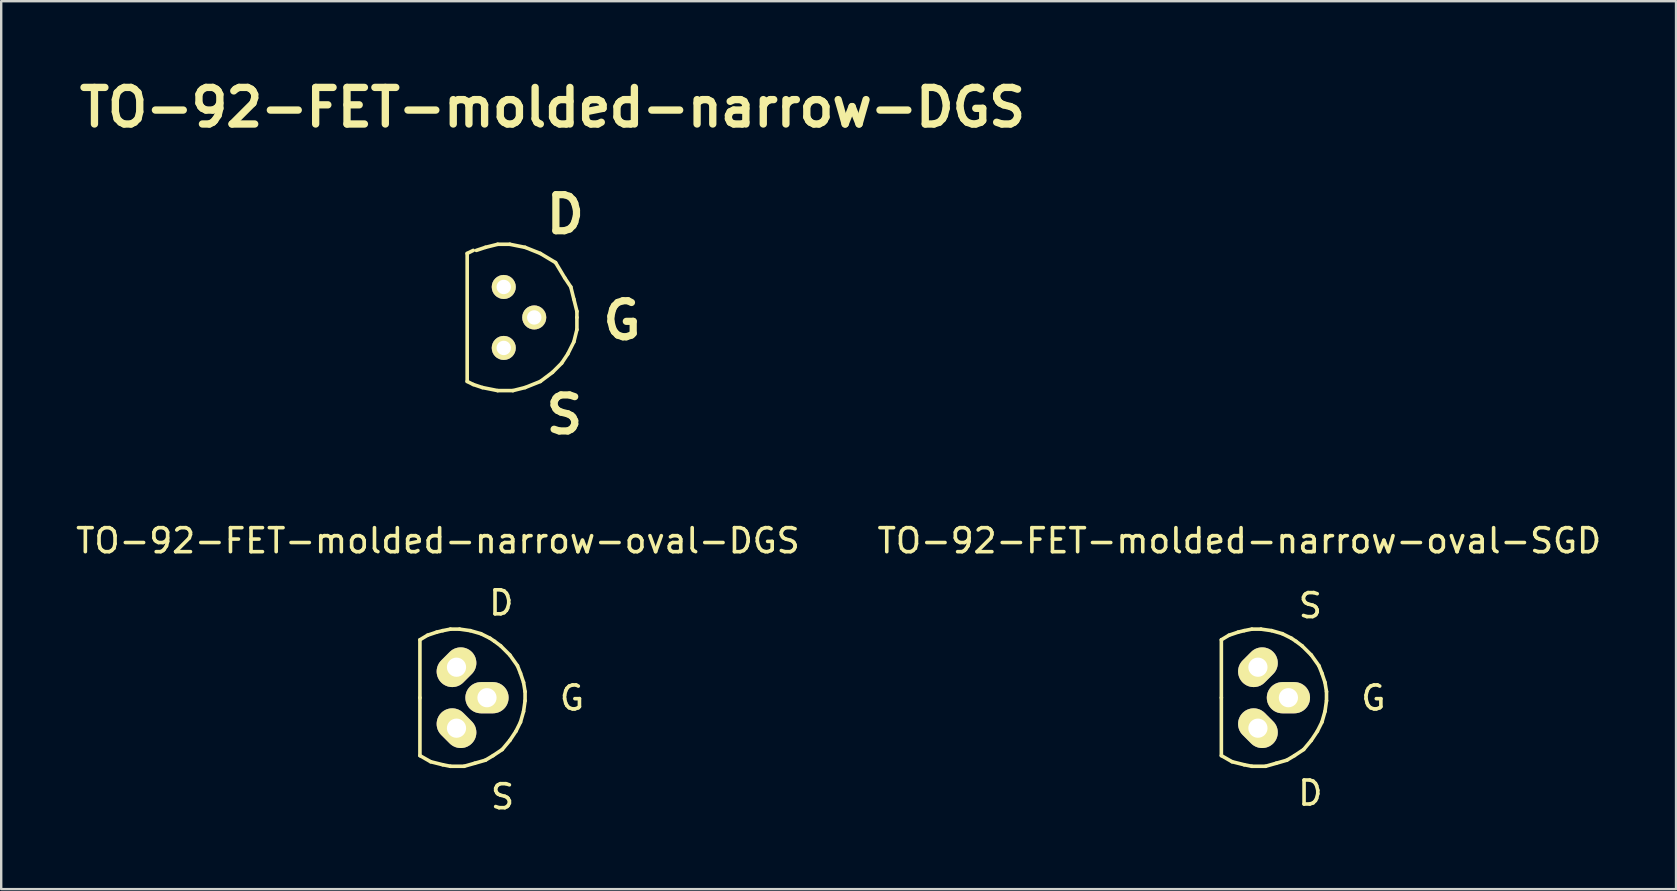
<source format=kicad_pcb>
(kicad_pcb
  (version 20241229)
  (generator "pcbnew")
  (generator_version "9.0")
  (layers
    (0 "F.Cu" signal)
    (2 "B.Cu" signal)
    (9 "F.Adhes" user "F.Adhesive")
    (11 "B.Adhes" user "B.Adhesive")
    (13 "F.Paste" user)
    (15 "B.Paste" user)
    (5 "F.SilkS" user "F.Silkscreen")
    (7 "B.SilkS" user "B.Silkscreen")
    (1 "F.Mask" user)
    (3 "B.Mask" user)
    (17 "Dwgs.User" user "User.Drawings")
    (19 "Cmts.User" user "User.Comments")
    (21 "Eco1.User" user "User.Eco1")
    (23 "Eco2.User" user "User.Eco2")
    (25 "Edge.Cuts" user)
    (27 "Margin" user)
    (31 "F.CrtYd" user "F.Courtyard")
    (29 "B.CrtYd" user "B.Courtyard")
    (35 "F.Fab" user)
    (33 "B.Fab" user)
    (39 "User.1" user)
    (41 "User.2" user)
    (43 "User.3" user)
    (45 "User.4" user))
  (footprint "TO-92-FET-molded-narrow-oval-DGS"
    (layer "F.Cu")
    (at 15.971 26.021)
    (property "Reference" "TO-92-FET-molded-narrow-oval-DGS" (at -0.775 -6.54 0) (layer "F.SilkS") (effects (font (size 1 1) (thickness 0.15))))
    (attr through_hole)
    (fp_line (start -1.524 -2.413) (end -1.206 -2.603) (stroke (width 0.15) (type solid)) (layer "F.SilkS"))
    (fp_line (start -1.524 0) (end -1.524 -2.413) (stroke (width 0.15) (type solid)) (layer "F.SilkS"))
    (fp_line (start -1.524 0) (end -1.524 2.413) (stroke (width 0.15) (type solid)) (layer "F.SilkS"))
    (fp_line (start -1.206 -2.603) (end -0.826 -2.731) (stroke (width 0.15) (type solid)) (layer "F.SilkS"))
    (fp_line (start -1.079 2.667) (end -1.524 2.413) (stroke (width 0.15) (type solid)) (layer "F.SilkS"))
    (fp_line (start -0.826 -2.731) (end -0.572 -2.794) (stroke (width 0.15) (type solid)) (layer "F.SilkS"))
    (fp_line (start -0.572 -2.794) (end -0.254 -2.857) (stroke (width 0.15) (type solid)) (layer "F.SilkS"))
    (fp_line (start -0.572 2.794) (end -1.079 2.667) (stroke (width 0.15) (type solid)) (layer "F.SilkS"))
    (fp_line (start -0.254 -2.857) (end 0.127 -2.857) (stroke (width 0.15) (type solid)) (layer "F.SilkS"))
    (fp_line (start -0.254 2.857) (end -0.572 2.794) (stroke (width 0.15) (type solid)) (layer "F.SilkS"))
    (fp_line (start 0.127 -2.857) (end 0.572 -2.794) (stroke (width 0.15) (type solid)) (layer "F.SilkS"))
    (fp_line (start 0.318 2.857) (end -0.254 2.857) (stroke (width 0.15) (type solid)) (layer "F.SilkS"))
    (fp_line (start 0.572 -2.794) (end 1.016 -2.667) (stroke (width 0.15) (type solid)) (layer "F.SilkS"))
    (fp_line (start 0.762 2.731) (end 0.318 2.857) (stroke (width 0.15) (type solid)) (layer "F.SilkS"))
    (fp_line (start 1.016 -2.667) (end 1.397 -2.477) (stroke (width 0.15) (type solid)) (layer "F.SilkS"))
    (fp_line (start 1.206 2.603) (end 0.762 2.731) (stroke (width 0.15) (type solid)) (layer "F.SilkS"))
    (fp_line (start 1.397 -2.477) (end 1.587 -2.349) (stroke (width 0.15) (type solid)) (layer "F.SilkS"))
    (fp_line (start 1.524 2.413) (end 1.206 2.603) (stroke (width 0.15) (type solid)) (layer "F.SilkS"))
    (fp_line (start 1.587 -2.349) (end 1.841 -2.159) (stroke (width 0.15) (type solid)) (layer "F.SilkS"))
    (fp_line (start 1.841 -2.159) (end 2.223 -1.778) (stroke (width 0.15) (type solid)) (layer "F.SilkS"))
    (fp_line (start 1.905 2.159) (end 1.524 2.413) (stroke (width 0.15) (type solid)) (layer "F.SilkS"))
    (fp_line (start 2.223 -1.778) (end 2.54 -1.333) (stroke (width 0.15) (type solid)) (layer "F.SilkS"))
    (fp_line (start 2.223 1.778) (end 1.905 2.159) (stroke (width 0.15) (type solid)) (layer "F.SilkS"))
    (fp_line (start 2.477 1.397) (end 2.223 1.778) (stroke (width 0.15) (type solid)) (layer "F.SilkS"))
    (fp_line (start 2.54 -1.333) (end 2.667 -1.016) (stroke (width 0.15) (type solid)) (layer "F.SilkS"))
    (fp_line (start 2.667 -1.016) (end 2.794 -0.635) (stroke (width 0.15) (type solid)) (layer "F.SilkS"))
    (fp_line (start 2.667 1.016) (end 2.477 1.397) (stroke (width 0.15) (type solid)) (layer "F.SilkS"))
    (fp_line (start 2.794 -0.635) (end 2.857 -0.254) (stroke (width 0.15) (type solid)) (layer "F.SilkS"))
    (fp_line (start 2.794 0.572) (end 2.667 1.016) (stroke (width 0.15) (type solid)) (layer "F.SilkS"))
    (fp_line (start 2.857 -0.254) (end 2.857 0.127) (stroke (width 0.15) (type solid)) (layer "F.SilkS"))
    (fp_line (start 2.857 0.127) (end 2.794 0.572) (stroke (width 0.15) (type solid)) (layer "F.SilkS"))
    (fp_text user "G" (at 4.813 0.013 0) (layer "F.SilkS") (effects (font (size 1 1) (thickness 0.15))))
    (fp_text user "S" (at 1.918 4.128 0) (layer "F.SilkS") (effects (font (size 1 1) (thickness 0.15))))
    (fp_text user "D" (at 1.867 -3.95 0) (layer "F.SilkS") (effects (font (size 1 1) (thickness 0.15))))
    (pad "D" thru_hole oval (at 0 -1.27 315) (size 1.3 1.801) (drill 0.8) (layers "*.Cu" "*.Mask" "F.SilkS"))
    (pad "G" thru_hole oval (at 1.27 0) (size 1.801 1.3) (drill 0.8) (layers "*.Cu" "*.Mask" "F.SilkS"))
    (pad "S" thru_hole oval (at 0 1.27 315) (size 1.801 1.3) (drill 0.8) (layers "*.Cu" "*.Mask" "F.SilkS")))
  (footprint "TO-92-FET-molded-narrow-oval-SGD"
    (layer "F.Cu")
    (at 49.364 26.021)
    (property "Reference" "TO-92-FET-molded-narrow-oval-SGD" (at -0.775 -6.54 0) (layer "F.SilkS") (effects (font (size 1 1) (thickness 0.15))))
    (attr through_hole)
    (fp_line (start -1.524 -2.413) (end -1.206 -2.603) (stroke (width 0.15) (type solid)) (layer "F.SilkS"))
    (fp_line (start -1.524 0) (end -1.524 -2.413) (stroke (width 0.15) (type solid)) (layer "F.SilkS"))
    (fp_line (start -1.524 0) (end -1.524 2.413) (stroke (width 0.15) (type solid)) (layer "F.SilkS"))
    (fp_line (start -1.206 -2.603) (end -0.826 -2.731) (stroke (width 0.15) (type solid)) (layer "F.SilkS"))
    (fp_line (start -1.079 2.667) (end -1.524 2.413) (stroke (width 0.15) (type solid)) (layer "F.SilkS"))
    (fp_line (start -0.826 -2.731) (end -0.572 -2.794) (stroke (width 0.15) (type solid)) (layer "F.SilkS"))
    (fp_line (start -0.572 -2.794) (end -0.254 -2.857) (stroke (width 0.15) (type solid)) (layer "F.SilkS"))
    (fp_line (start -0.572 2.794) (end -1.079 2.667) (stroke (width 0.15) (type solid)) (layer "F.SilkS"))
    (fp_line (start -0.254 -2.857) (end 0.127 -2.857) (stroke (width 0.15) (type solid)) (layer "F.SilkS"))
    (fp_line (start -0.254 2.857) (end -0.572 2.794) (stroke (width 0.15) (type solid)) (layer "F.SilkS"))
    (fp_line (start 0.127 -2.857) (end 0.572 -2.794) (stroke (width 0.15) (type solid)) (layer "F.SilkS"))
    (fp_line (start 0.318 2.857) (end -0.254 2.857) (stroke (width 0.15) (type solid)) (layer "F.SilkS"))
    (fp_line (start 0.572 -2.794) (end 1.016 -2.667) (stroke (width 0.15) (type solid)) (layer "F.SilkS"))
    (fp_line (start 0.762 2.731) (end 0.318 2.857) (stroke (width 0.15) (type solid)) (layer "F.SilkS"))
    (fp_line (start 1.016 -2.667) (end 1.397 -2.477) (stroke (width 0.15) (type solid)) (layer "F.SilkS"))
    (fp_line (start 1.206 2.603) (end 0.762 2.731) (stroke (width 0.15) (type solid)) (layer "F.SilkS"))
    (fp_line (start 1.397 -2.477) (end 1.587 -2.349) (stroke (width 0.15) (type solid)) (layer "F.SilkS"))
    (fp_line (start 1.524 2.413) (end 1.206 2.603) (stroke (width 0.15) (type solid)) (layer "F.SilkS"))
    (fp_line (start 1.587 -2.349) (end 1.841 -2.159) (stroke (width 0.15) (type solid)) (layer "F.SilkS"))
    (fp_line (start 1.841 -2.159) (end 2.223 -1.778) (stroke (width 0.15) (type solid)) (layer "F.SilkS"))
    (fp_line (start 1.905 2.159) (end 1.524 2.413) (stroke (width 0.15) (type solid)) (layer "F.SilkS"))
    (fp_line (start 2.223 -1.778) (end 2.54 -1.333) (stroke (width 0.15) (type solid)) (layer "F.SilkS"))
    (fp_line (start 2.223 1.778) (end 1.905 2.159) (stroke (width 0.15) (type solid)) (layer "F.SilkS"))
    (fp_line (start 2.477 1.397) (end 2.223 1.778) (stroke (width 0.15) (type solid)) (layer "F.SilkS"))
    (fp_line (start 2.54 -1.333) (end 2.667 -1.016) (stroke (width 0.15) (type solid)) (layer "F.SilkS"))
    (fp_line (start 2.667 -1.016) (end 2.794 -0.635) (stroke (width 0.15) (type solid)) (layer "F.SilkS"))
    (fp_line (start 2.667 1.016) (end 2.477 1.397) (stroke (width 0.15) (type solid)) (layer "F.SilkS"))
    (fp_line (start 2.794 -0.635) (end 2.857 -0.254) (stroke (width 0.15) (type solid)) (layer "F.SilkS"))
    (fp_line (start 2.794 0.572) (end 2.667 1.016) (stroke (width 0.15) (type solid)) (layer "F.SilkS"))
    (fp_line (start 2.857 -0.254) (end 2.857 0.127) (stroke (width 0.15) (type solid)) (layer "F.SilkS"))
    (fp_line (start 2.857 0.127) (end 2.794 0.572) (stroke (width 0.15) (type solid)) (layer "F.SilkS"))
    (fp_text user "G" (at 4.813 0.013 0) (layer "F.SilkS") (effects (font (size 1 1) (thickness 0.15))))
    (fp_text user "S" (at 2.184 -3.835 0) (layer "F.SilkS") (effects (font (size 1 1) (thickness 0.15))))
    (fp_text user "D" (at 2.184 3.975 0) (layer "F.SilkS") (effects (font (size 1 1) (thickness 0.15))))
    (pad "D" thru_hole oval (at 0 1.27 315) (size 1.801 1.3) (drill 0.8) (layers "*.Cu" "*.Mask" "F.SilkS"))
    (pad "G" thru_hole oval (at 1.27 0) (size 1.801 1.3) (drill 0.8) (layers "*.Cu" "*.Mask" "F.SilkS"))
    (pad "S" thru_hole oval (at 0 -1.27 315) (size 1.3 1.801) (drill 0.8) (layers "*.Cu" "*.Mask" "F.SilkS")))
  (footprint "TO-92-FET-molded-narrow-DGS"
    (layer "F.Cu")
    (at 17.94 10.177)
    (property "Reference" "TO-92-FET-molded-narrow-DGS" (at 2.032 -8.75 0) (layer "F.SilkS") (effects (font (size 1.524 1.524) (thickness 0.305))))
    (attr through_hole)
    (fp_line (start -1.524 -2.667) (end -1.524 2.667) (stroke (width 0.15) (type solid)) (layer "F.SilkS"))
    (fp_line (start -1.524 -2.667) (end -1.27 -2.794) (stroke (width 0.15) (type solid)) (layer "F.SilkS"))
    (fp_line (start -1.27 2.794) (end -1.524 2.667) (stroke (width 0.15) (type solid)) (layer "F.SilkS"))
    (fp_line (start -1.143 -2.794) (end -0.762 -2.921) (stroke (width 0.15) (type solid)) (layer "F.SilkS"))
    (fp_line (start -0.889 2.921) (end -1.27 2.794) (stroke (width 0.15) (type solid)) (layer "F.SilkS"))
    (fp_line (start -0.762 -2.921) (end -0.254 -3.048) (stroke (width 0.15) (type solid)) (layer "F.SilkS"))
    (fp_line (start -0.254 -3.048) (end 0.254 -3.048) (stroke (width 0.15) (type solid)) (layer "F.SilkS"))
    (fp_line (start -0.254 3.048) (end -0.889 2.921) (stroke (width 0.15) (type solid)) (layer "F.SilkS"))
    (fp_line (start 0.254 -3.048) (end 0.889 -2.921) (stroke (width 0.15) (type solid)) (layer "F.SilkS"))
    (fp_line (start 0.381 3.048) (end -0.254 3.048) (stroke (width 0.15) (type solid)) (layer "F.SilkS"))
    (fp_line (start 0.889 -2.921) (end 1.524 -2.667) (stroke (width 0.15) (type solid)) (layer "F.SilkS"))
    (fp_line (start 0.889 2.921) (end 0.381 3.048) (stroke (width 0.15) (type solid)) (layer "F.SilkS"))
    (fp_line (start 1.524 -2.667) (end 2.159 -2.286) (stroke (width 0.15) (type solid)) (layer "F.SilkS"))
    (fp_line (start 1.524 2.667) (end 0.889 2.921) (stroke (width 0.15) (type solid)) (layer "F.SilkS"))
    (fp_line (start 2.032 2.286) (end 1.524 2.667) (stroke (width 0.15) (type solid)) (layer "F.SilkS"))
    (fp_line (start 2.159 -2.286) (end 2.54 -1.651) (stroke (width 0.15) (type solid)) (layer "F.SilkS"))
    (fp_line (start 2.413 1.905) (end 2.032 2.286) (stroke (width 0.15) (type solid)) (layer "F.SilkS"))
    (fp_line (start 2.54 -1.651) (end 2.794 -1.27) (stroke (width 0.15) (type solid)) (layer "F.SilkS"))
    (fp_line (start 2.667 1.524) (end 2.413 1.905) (stroke (width 0.15) (type solid)) (layer "F.SilkS"))
    (fp_line (start 2.794 -1.27) (end 2.921 -0.762) (stroke (width 0.15) (type solid)) (layer "F.SilkS"))
    (fp_line (start 2.921 -0.762) (end 3.048 -0.254) (stroke (width 0.15) (type solid)) (layer "F.SilkS"))
    (fp_line (start 2.921 1.016) (end 2.667 1.524) (stroke (width 0.15) (type solid)) (layer "F.SilkS"))
    (fp_line (start 3.048 -0.254) (end 3.048 0) (stroke (width 0.15) (type solid)) (layer "F.SilkS"))
    (fp_line (start 3.048 0) (end 3.048 0.508) (stroke (width 0.15) (type solid)) (layer "F.SilkS"))
    (fp_line (start 3.048 0.508) (end 2.921 1.016) (stroke (width 0.15) (type solid)) (layer "F.SilkS"))
    (fp_text user "S" (at 2.527 4.051 0) (layer "F.SilkS") (effects (font (size 1.501 1.501) (thickness 0.3))))
    (fp_text user "G" (at 4.928 0.127 0) (layer "F.SilkS") (effects (font (size 1.501 1.501) (thickness 0.3))))
    (fp_text user "D" (at 2.565 -4.293 0) (layer "F.SilkS") (effects (font (size 1.501 1.501) (thickness 0.3))))
    (pad "D" thru_hole circle (at 0 -1.27) (size 1.001 1.001) (drill 0.599) (layers "*.Cu" "*.Mask" "F.SilkS"))
    (pad "G" thru_hole circle (at 1.27 0) (size 1.001 1.001) (drill 0.599) (layers "*.Cu" "*.Mask" "F.SilkS"))
    (pad "S" thru_hole circle (at 0 1.27) (size 1.001 1.001) (drill 0.599) (layers "*.Cu" "*.Mask" "F.SilkS")))
  (gr_rect
    (start -3 -3)
    (end 66.786 33.997)
    (stroke (width 0.1) (type default))
    (fill no)
    (layer "Edge.Cuts")))
</source>
